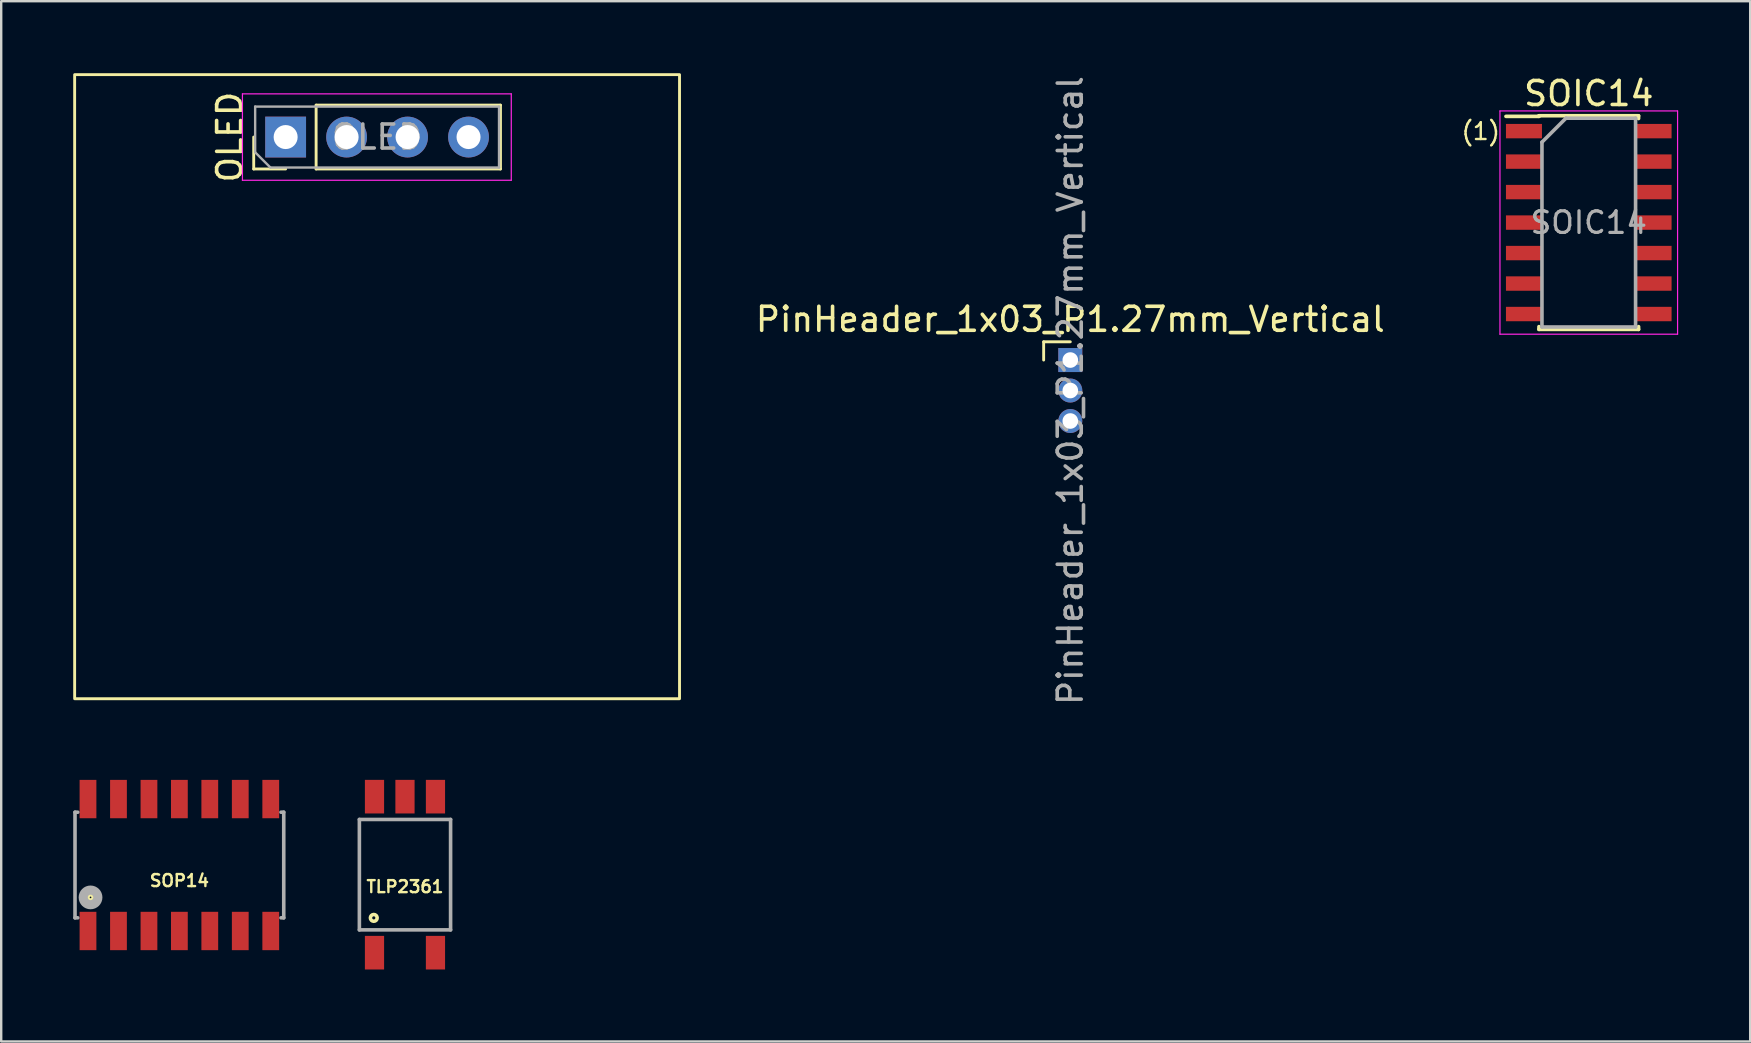
<source format=kicad_pcb>
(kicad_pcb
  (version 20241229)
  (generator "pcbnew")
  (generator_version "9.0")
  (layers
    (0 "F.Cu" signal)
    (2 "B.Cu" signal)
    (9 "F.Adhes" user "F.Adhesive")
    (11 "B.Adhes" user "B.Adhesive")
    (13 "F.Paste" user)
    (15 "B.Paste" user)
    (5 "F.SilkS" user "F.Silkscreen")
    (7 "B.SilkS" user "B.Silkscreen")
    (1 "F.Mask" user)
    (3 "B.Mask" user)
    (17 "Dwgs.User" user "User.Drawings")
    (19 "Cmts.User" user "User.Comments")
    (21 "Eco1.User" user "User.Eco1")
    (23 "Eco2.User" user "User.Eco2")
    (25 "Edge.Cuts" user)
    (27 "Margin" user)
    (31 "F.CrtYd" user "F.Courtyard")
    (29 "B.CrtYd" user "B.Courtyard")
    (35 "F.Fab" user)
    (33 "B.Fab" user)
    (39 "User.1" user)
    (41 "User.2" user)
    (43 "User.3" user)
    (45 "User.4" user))
  (footprint "PinHeader_1x03_P1.27mm_Vertical"
    (layer "F.Cu")
    (at 41.54 11.95)
    (property "Reference" "PinHeader_1x03_P1.27mm_Vertical" (at 0 -1.695 0) (layer "F.SilkS") (effects (font (size 1 1) (thickness 0.15))))
    (attr through_hole)
    (fp_line (start -1.11 -0.76) (end 0 -0.76) (stroke (width 0.12) (type solid)) (layer "F.SilkS"))
    (fp_line (start -1.11 0) (end -1.11 -0.76) (stroke (width 0.12) (type solid)) (layer "F.SilkS"))
    (fp_text user "${REFERENCE}" (at 0 1.27 90) (layer "F.Fab") (effects (font (size 1 1) (thickness 0.15))))
    (pad "1" thru_hole rect (at 0 0) (size 1 1) (drill 0.65) (layers "*.Cu" "*.Mask"))
    (pad "2" thru_hole oval (at 0 1.27) (size 1 1) (drill 0.65) (layers "*.Cu" "*.Mask"))
    (pad "3" thru_hole oval (at 0 2.54) (size 1 1) (drill 0.65) (layers "*.Cu" "*.Mask")))
  (footprint "SOIC14"
    (layer "F.Cu")
    (at 63.14 6.223)
    (property "Reference" "SOIC14" (at 0 -5.375 0) (layer "F.SilkS") (effects (font (size 1 1) (thickness 0.15))))
    (attr smd)
    (fp_line (start -2.075 -4.45) (end -2.075 -4.425) (stroke (width 0.15) (type solid)) (layer "F.SilkS"))
    (fp_line (start -2.075 -4.45) (end 2.075 -4.45) (stroke (width 0.15) (type solid)) (layer "F.SilkS"))
    (fp_line (start -2.075 -4.425) (end -3.45 -4.425) (stroke (width 0.15) (type solid)) (layer "F.SilkS"))
    (fp_line (start -2.075 4.45) (end -2.075 4.335) (stroke (width 0.15) (type solid)) (layer "F.SilkS"))
    (fp_line (start -2.075 4.45) (end 2.075 4.45) (stroke (width 0.15) (type solid)) (layer "F.SilkS"))
    (fp_line (start 2.075 -4.45) (end 2.075 -4.335) (stroke (width 0.15) (type solid)) (layer "F.SilkS"))
    (fp_line (start 2.075 4.45) (end 2.075 4.335) (stroke (width 0.15) (type solid)) (layer "F.SilkS"))
    (fp_line (start -3.7 -4.65) (end -3.7 4.65) (stroke (width 0.05) (type solid)) (layer "F.CrtYd"))
    (fp_line (start -3.7 -4.65) (end 3.7 -4.65) (stroke (width 0.05) (type solid)) (layer "F.CrtYd"))
    (fp_line (start -3.7 4.65) (end 3.7 4.65) (stroke (width 0.05) (type solid)) (layer "F.CrtYd"))
    (fp_line (start 3.7 -4.65) (end 3.7 4.65) (stroke (width 0.05) (type solid)) (layer "F.CrtYd"))
    (fp_line (start -1.95 -3.35) (end -0.95 -4.35) (stroke (width 0.15) (type solid)) (layer "F.Fab"))
    (fp_line (start -1.95 4.35) (end -1.95 -3.35) (stroke (width 0.15) (type solid)) (layer "F.Fab"))
    (fp_line (start -0.95 -4.35) (end 1.95 -4.35) (stroke (width 0.15) (type solid)) (layer "F.Fab"))
    (fp_line (start 1.95 -4.35) (end 1.95 4.35) (stroke (width 0.15) (type solid)) (layer "F.Fab"))
    (fp_line (start 1.95 4.35) (end -1.95 4.35) (stroke (width 0.15) (type solid)) (layer "F.Fab"))
    (fp_text user "(1)" (at -4.5 -3.8 0) (layer "F.SilkS") (effects (font (size 0.7 0.7) (thickness 0.1))))
    (fp_text user "${REFERENCE}" (at 0 0 0) (layer "F.Fab") (effects (font (size 0.9 0.9) (thickness 0.135))))
    (pad "1" smd rect (at -2.7 -3.81) (size 1.5 0.6) (layers "F.Cu" "F.Mask" "F.Paste"))
    (pad "2" smd rect (at -2.7 -2.54) (size 1.5 0.6) (layers "F.Cu" "F.Mask" "F.Paste"))
    (pad "3" smd rect (at -2.7 -1.27) (size 1.5 0.6) (layers "F.Cu" "F.Mask" "F.Paste"))
    (pad "4" smd rect (at -2.7 0) (size 1.5 0.6) (layers "F.Cu" "F.Mask" "F.Paste"))
    (pad "5" smd rect (at -2.7 1.27) (size 1.5 0.6) (layers "F.Cu" "F.Mask" "F.Paste"))
    (pad "6" smd rect (at -2.7 2.54) (size 1.5 0.6) (layers "F.Cu" "F.Mask" "F.Paste"))
    (pad "7" smd rect (at -2.7 3.81) (size 1.5 0.6) (layers "F.Cu" "F.Mask" "F.Paste"))
    (pad "8" smd rect (at 2.7 3.81) (size 1.5 0.6) (layers "F.Cu" "F.Mask" "F.Paste"))
    (pad "9" smd rect (at 2.7 2.54) (size 1.5 0.6) (layers "F.Cu" "F.Mask" "F.Paste"))
    (pad "10" smd rect (at 2.7 1.27) (size 1.5 0.6) (layers "F.Cu" "F.Mask" "F.Paste"))
    (pad "11" smd rect (at 2.7 0) (size 1.5 0.6) (layers "F.Cu" "F.Mask" "F.Paste"))
    (pad "12" smd rect (at 2.7 -1.27) (size 1.5 0.6) (layers "F.Cu" "F.Mask" "F.Paste"))
    (pad "13" smd rect (at 2.7 -2.54) (size 1.5 0.6) (layers "F.Cu" "F.Mask" "F.Paste"))
    (pad "14" smd rect (at 2.7 -3.81) (size 1.5 0.6) (layers "F.Cu" "F.Mask" "F.Paste")))
  (footprint "TLP2361"
    (layer "F.Cu")
    (at 13.822 33.39)
    (property "Reference" "TLP2361" (at 0 0.5 0) (layer "F.SilkS") (effects (font (size 0.5 0.5) (thickness 0.1))))
    (attr smd)
    (fp_circle (center -1.3 1.8) (end -1.159 1.8) (stroke (width 0.15) (type solid)) (fill no) (layer "F.SilkS"))
    (fp_line (start -1.9 -2.3) (end 1.9 -2.3) (stroke (width 0.15) (type solid)) (layer "F.Fab"))
    (fp_line (start -1.9 2.3) (end -1.9 -2.3) (stroke (width 0.15) (type solid)) (layer "F.Fab"))
    (fp_line (start 1.9 -2.3) (end 1.9 2.3) (stroke (width 0.15) (type solid)) (layer "F.Fab"))
    (fp_line (start 1.9 2.3) (end -1.9 2.3) (stroke (width 0.15) (type solid)) (layer "F.Fab"))
    (pad "1" smd rect (at -1.27 3.25) (size 0.8 1.4) (layers "F.Cu" "F.Mask" "F.Paste"))
    (pad "3" smd rect (at 1.27 3.25) (size 0.8 1.4) (layers "F.Cu" "F.Mask" "F.Paste"))
    (pad "4" smd rect (at 1.27 -3.25) (size 0.8 1.4) (layers "F.Cu" "F.Mask" "F.Paste"))
    (pad "5" smd rect (at 0 -3.25) (size 0.8 1.4) (layers "F.Cu" "F.Mask" "F.Paste"))
    (pad "6" smd rect (at -1.27 -3.25) (size 0.8 1.4) (layers "F.Cu" "F.Mask" "F.Paste")))
  (footprint "OLED"
    (layer "F.Cu")
    (at 12.66 2.66)
    (property "Reference" "OLED" (at -6.14 0 90) (layer "F.SilkS") (effects (font (size 1 1) (thickness 0.15))))
    (attr through_hole)
    (fp_line (start -5.14 1.33) (end -5.14 0) (stroke (width 0.12) (type solid)) (layer "F.SilkS"))
    (fp_line (start -3.81 1.33) (end -5.14 1.33) (stroke (width 0.12) (type solid)) (layer "F.SilkS"))
    (fp_line (start -2.54 -1.33) (end 5.14 -1.33) (stroke (width 0.12) (type solid)) (layer "F.SilkS"))
    (fp_line (start -2.54 1.33) (end -2.54 -1.33) (stroke (width 0.12) (type solid)) (layer "F.SilkS"))
    (fp_line (start -2.54 1.33) (end 5.14 1.33) (stroke (width 0.12) (type solid)) (layer "F.SilkS"))
    (fp_line (start 5.14 1.33) (end 5.14 -1.33) (stroke (width 0.12) (type solid)) (layer "F.SilkS"))
    (fp_rect (start -12.6 -2.6) (end 12.6 23.4) (stroke (width 0.12) (type solid)) (fill no) (layer "F.SilkS"))
    (fp_line (start -5.61 -1.8) (end -5.61 1.8) (stroke (width 0.05) (type solid)) (layer "F.CrtYd"))
    (fp_line (start -5.61 1.8) (end 5.59 1.8) (stroke (width 0.05) (type solid)) (layer "F.CrtYd"))
    (fp_line (start 5.59 -1.8) (end -5.61 -1.8) (stroke (width 0.05) (type solid)) (layer "F.CrtYd"))
    (fp_line (start 5.59 1.8) (end 5.59 -1.8) (stroke (width 0.05) (type solid)) (layer "F.CrtYd"))
    (fp_line (start -5.08 -1.27) (end 5.08 -1.27) (stroke (width 0.1) (type solid)) (layer "F.Fab"))
    (fp_line (start -5.08 0.635) (end -5.08 -1.27) (stroke (width 0.1) (type solid)) (layer "F.Fab"))
    (fp_line (start -4.445 1.27) (end -5.08 0.635) (stroke (width 0.1) (type solid)) (layer "F.Fab"))
    (fp_line (start 5.08 -1.27) (end 5.08 1.27) (stroke (width 0.1) (type solid)) (layer "F.Fab"))
    (fp_line (start 5.08 1.27) (end -4.445 1.27) (stroke (width 0.1) (type solid)) (layer "F.Fab"))
    (fp_text user "${REFERENCE}" (at 0 0 180) (layer "F.Fab") (effects (font (size 1 1) (thickness 0.15))))
    (pad "1" thru_hole rect (at -3.81 0 90) (size 1.7 1.7) (drill 1) (layers "*.Cu" "*.Mask"))
    (pad "2" thru_hole oval (at -1.27 0 90) (size 1.7 1.7) (drill 1) (layers "*.Cu" "*.Mask"))
    (pad "3" thru_hole oval (at 1.27 0 90) (size 1.7 1.7) (drill 1) (layers "*.Cu" "*.Mask"))
    (pad "4" thru_hole oval (at 3.81 0 90) (size 1.7 1.7) (drill 1) (layers "*.Cu" "*.Mask")))
  (footprint "SOP14"
    (layer "F.Cu")
    (at 4.423 32.988)
    (property "Reference" "SOP14" (at 0 0.65 0) (unlocked yes) (layer "F.SilkS") (effects (font (size 0.5 0.5) (thickness 0.1))))
    (attr through_hole)
    (fp_circle (center -3.701 1.349) (end -3.476 1.349) (stroke (width 0.381) (type solid)) (fill no) (layer "F.SilkS"))
    (fp_line (start -4.348 -2.2) (end -4.348 2.2) (stroke (width 0.15) (type solid)) (layer "F.Fab"))
    (fp_line (start -4.348 -2.2) (end -4.234 -2.2) (stroke (width 0.15) (type solid)) (layer "F.Fab"))
    (fp_line (start -4.348 2.2) (end -4.234 2.2) (stroke (width 0.15) (type solid)) (layer "F.Fab"))
    (fp_line (start 4.234 -2.2) (end 4.348 -2.2) (stroke (width 0.15) (type solid)) (layer "F.Fab"))
    (fp_line (start 4.234 2.2) (end 4.348 2.2) (stroke (width 0.15) (type solid)) (layer "F.Fab"))
    (fp_line (start 4.348 -2.2) (end 4.348 2.2) (stroke (width 0.15) (type solid)) (layer "F.Fab"))
    (fp_circle (center -3.701 1.349) (end -3.599 1.4) (stroke (width 0.381) (type solid)) (fill no) (layer "F.Fab"))
    (pad "1" smd rect (at -3.807 2.748 180) (size 0.699 1.598) (layers "F.Cu" "F.Mask" "F.Paste"))
    (pad "2" smd rect (at -2.537 2.748 180) (size 0.699 1.598) (layers "F.Cu" "F.Mask" "F.Paste"))
    (pad "3" smd rect (at -1.267 2.748 180) (size 0.699 1.598) (layers "F.Cu" "F.Mask" "F.Paste"))
    (pad "4" smd rect (at 0 2.748 180) (size 0.699 1.598) (layers "F.Cu" "F.Mask" "F.Paste"))
    (pad "5" smd rect (at 1.267 2.748 180) (size 0.699 1.598) (layers "F.Cu" "F.Mask" "F.Paste"))
    (pad "6" smd rect (at 2.537 2.748 180) (size 0.699 1.598) (layers "F.Cu" "F.Mask" "F.Paste"))
    (pad "7" smd rect (at 3.807 2.748 180) (size 0.699 1.598) (layers "F.Cu" "F.Mask" "F.Paste"))
    (pad "8" smd rect (at 3.807 -2.748) (size 0.699 1.598) (layers "F.Cu" "F.Mask" "F.Paste"))
    (pad "9" smd rect (at 2.537 -2.748) (size 0.699 1.598) (layers "F.Cu" "F.Mask" "F.Paste"))
    (pad "10" smd rect (at 1.267 -2.748) (size 0.699 1.598) (layers "F.Cu" "F.Mask" "F.Paste"))
    (pad "11" smd rect (at 0 -2.748) (size 0.699 1.598) (layers "F.Cu" "F.Mask" "F.Paste"))
    (pad "12" smd rect (at -1.267 -2.748) (size 0.699 1.598) (layers "F.Cu" "F.Mask" "F.Paste"))
    (pad "13" smd rect (at -2.537 -2.748) (size 0.699 1.598) (layers "F.Cu" "F.Mask" "F.Paste"))
    (pad "14" smd rect (at -3.807 -2.748) (size 0.699 1.598) (layers "F.Cu" "F.Mask" "F.Paste")))
  (gr_rect
    (start -3 -3)
    (end 69.865 40.34)
    (stroke (width 0.1) (type default))
    (fill no)
    (layer "Edge.Cuts")))
</source>
